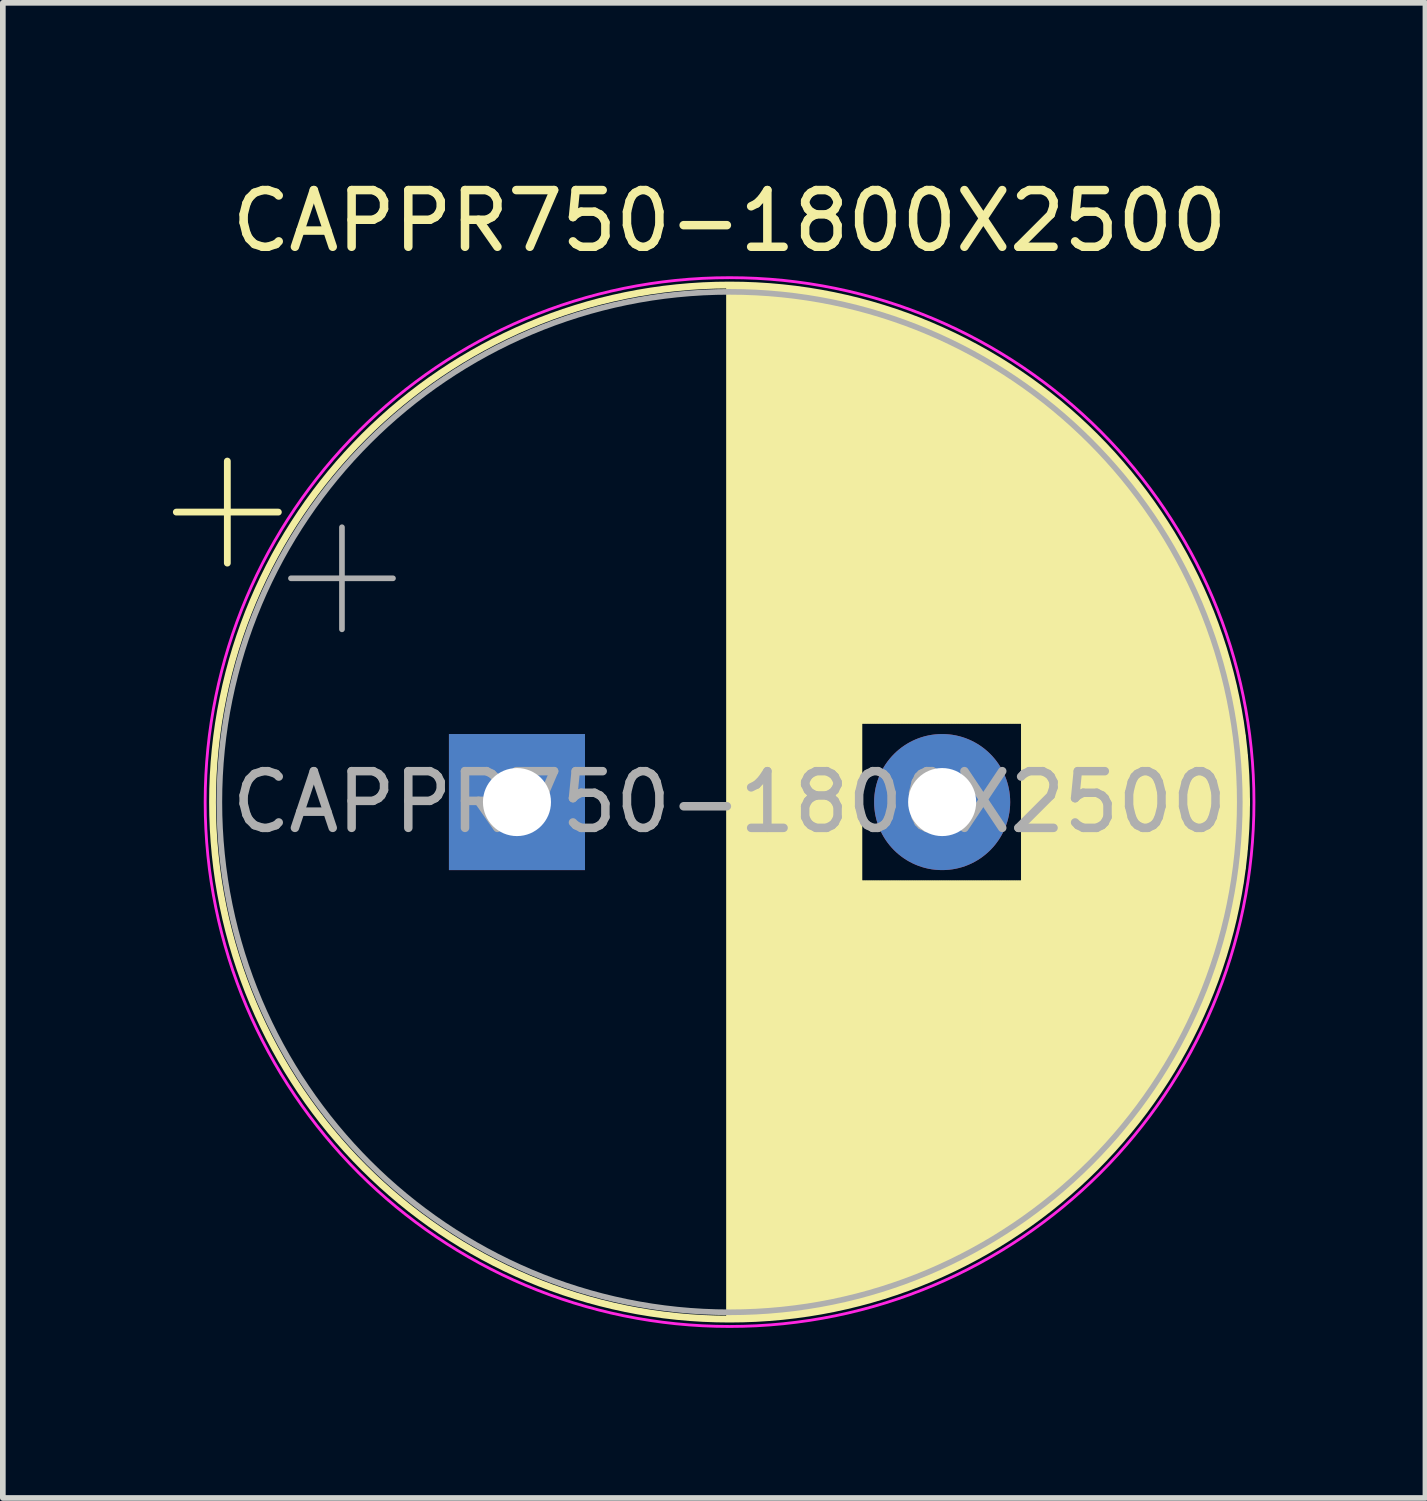
<source format=kicad_pcb>
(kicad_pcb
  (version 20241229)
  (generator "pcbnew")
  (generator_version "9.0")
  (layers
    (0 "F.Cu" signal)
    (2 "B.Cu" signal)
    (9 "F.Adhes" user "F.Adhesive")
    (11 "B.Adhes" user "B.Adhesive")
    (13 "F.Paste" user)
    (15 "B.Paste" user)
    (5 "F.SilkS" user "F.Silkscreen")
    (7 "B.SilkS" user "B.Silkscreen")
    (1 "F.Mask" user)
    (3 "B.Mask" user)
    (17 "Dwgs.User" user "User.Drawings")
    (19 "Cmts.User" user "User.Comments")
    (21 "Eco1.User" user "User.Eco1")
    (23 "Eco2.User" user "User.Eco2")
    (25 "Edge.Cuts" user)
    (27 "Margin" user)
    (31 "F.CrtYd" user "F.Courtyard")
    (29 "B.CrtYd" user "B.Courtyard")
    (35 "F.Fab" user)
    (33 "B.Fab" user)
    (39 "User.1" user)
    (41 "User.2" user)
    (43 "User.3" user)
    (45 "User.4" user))
  (footprint "CAPPR750-1800X2500"
    (layer "F.Cu")
    (at 6.069 11.098)
    (property "Reference" "CAPPR750-1800X2500" (at 3.75 -10.25 0) (layer "F.SilkS") (effects (font (size 1 1) (thickness 0.15))))
    (attr through_hole)
    (fp_line (start -6.009 -5.115) (end -4.209 -5.115) (stroke (width 0.12) (type solid)) (layer "F.SilkS"))
    (fp_line (start -5.109 -6.015) (end -5.109 -4.215) (stroke (width 0.12) (type solid)) (layer "F.SilkS"))
    (fp_line (start 3.75 -9.081) (end 3.75 9.081) (stroke (width 0.12) (type solid)) (layer "F.SilkS"))
    (fp_line (start 3.79 -9.08) (end 3.79 9.08) (stroke (width 0.12) (type solid)) (layer "F.SilkS"))
    (fp_line (start 3.83 -9.08) (end 3.83 9.08) (stroke (width 0.12) (type solid)) (layer "F.SilkS"))
    (fp_line (start 3.87 -9.08) (end 3.87 9.08) (stroke (width 0.12) (type solid)) (layer "F.SilkS"))
    (fp_line (start 3.91 -9.079) (end 3.91 9.079) (stroke (width 0.12) (type solid)) (layer "F.SilkS"))
    (fp_line (start 3.95 -9.078) (end 3.95 9.078) (stroke (width 0.12) (type solid)) (layer "F.SilkS"))
    (fp_line (start 3.99 -9.077) (end 3.99 9.077) (stroke (width 0.12) (type solid)) (layer "F.SilkS"))
    (fp_line (start 4.03 -9.076) (end 4.03 9.076) (stroke (width 0.12) (type solid)) (layer "F.SilkS"))
    (fp_line (start 4.07 -9.075) (end 4.07 9.075) (stroke (width 0.12) (type solid)) (layer "F.SilkS"))
    (fp_line (start 4.11 -9.073) (end 4.11 9.073) (stroke (width 0.12) (type solid)) (layer "F.SilkS"))
    (fp_line (start 4.15 -9.072) (end 4.15 9.072) (stroke (width 0.12) (type solid)) (layer "F.SilkS"))
    (fp_line (start 4.19 -9.07) (end 4.19 9.07) (stroke (width 0.12) (type solid)) (layer "F.SilkS"))
    (fp_line (start 4.23 -9.068) (end 4.23 9.068) (stroke (width 0.12) (type solid)) (layer "F.SilkS"))
    (fp_line (start 4.27 -9.066) (end 4.27 9.066) (stroke (width 0.12) (type solid)) (layer "F.SilkS"))
    (fp_line (start 4.31 -9.063) (end 4.31 9.063) (stroke (width 0.12) (type solid)) (layer "F.SilkS"))
    (fp_line (start 4.35 -9.061) (end 4.35 9.061) (stroke (width 0.12) (type solid)) (layer "F.SilkS"))
    (fp_line (start 4.39 -9.058) (end 4.39 9.058) (stroke (width 0.12) (type solid)) (layer "F.SilkS"))
    (fp_line (start 4.43 -9.055) (end 4.43 9.055) (stroke (width 0.12) (type solid)) (layer "F.SilkS"))
    (fp_line (start 4.471 -9.052) (end 4.471 9.052) (stroke (width 0.12) (type solid)) (layer "F.SilkS"))
    (fp_line (start 4.511 -9.049) (end 4.511 9.049) (stroke (width 0.12) (type solid)) (layer "F.SilkS"))
    (fp_line (start 4.551 -9.045) (end 4.551 9.045) (stroke (width 0.12) (type solid)) (layer "F.SilkS"))
    (fp_line (start 4.591 -9.042) (end 4.591 9.042) (stroke (width 0.12) (type solid)) (layer "F.SilkS"))
    (fp_line (start 4.631 -9.038) (end 4.631 9.038) (stroke (width 0.12) (type solid)) (layer "F.SilkS"))
    (fp_line (start 4.671 -9.034) (end 4.671 9.034) (stroke (width 0.12) (type solid)) (layer "F.SilkS"))
    (fp_line (start 4.711 -9.03) (end 4.711 9.03) (stroke (width 0.12) (type solid)) (layer "F.SilkS"))
    (fp_line (start 4.751 -9.026) (end 4.751 9.026) (stroke (width 0.12) (type solid)) (layer "F.SilkS"))
    (fp_line (start 4.791 -9.021) (end 4.791 9.021) (stroke (width 0.12) (type solid)) (layer "F.SilkS"))
    (fp_line (start 4.831 -9.016) (end 4.831 9.016) (stroke (width 0.12) (type solid)) (layer "F.SilkS"))
    (fp_line (start 4.871 -9.011) (end 4.871 9.011) (stroke (width 0.12) (type solid)) (layer "F.SilkS"))
    (fp_line (start 4.911 -9.006) (end 4.911 9.006) (stroke (width 0.12) (type solid)) (layer "F.SilkS"))
    (fp_line (start 4.951 -9.001) (end 4.951 9.001) (stroke (width 0.12) (type solid)) (layer "F.SilkS"))
    (fp_line (start 4.991 -8.996) (end 4.991 8.996) (stroke (width 0.12) (type solid)) (layer "F.SilkS"))
    (fp_line (start 5.031 -8.99) (end 5.031 8.99) (stroke (width 0.12) (type solid)) (layer "F.SilkS"))
    (fp_line (start 5.071 -8.984) (end 5.071 8.984) (stroke (width 0.12) (type solid)) (layer "F.SilkS"))
    (fp_line (start 5.111 -8.979) (end 5.111 8.979) (stroke (width 0.12) (type solid)) (layer "F.SilkS"))
    (fp_line (start 5.151 -8.972) (end 5.151 8.972) (stroke (width 0.12) (type solid)) (layer "F.SilkS"))
    (fp_line (start 5.191 -8.966) (end 5.191 8.966) (stroke (width 0.12) (type solid)) (layer "F.SilkS"))
    (fp_line (start 5.231 -8.96) (end 5.231 8.96) (stroke (width 0.12) (type solid)) (layer "F.SilkS"))
    (fp_line (start 5.271 -8.953) (end 5.271 8.953) (stroke (width 0.12) (type solid)) (layer "F.SilkS"))
    (fp_line (start 5.311 -8.946) (end 5.311 8.946) (stroke (width 0.12) (type solid)) (layer "F.SilkS"))
    (fp_line (start 5.351 -8.939) (end 5.351 8.939) (stroke (width 0.12) (type solid)) (layer "F.SilkS"))
    (fp_line (start 5.391 -8.932) (end 5.391 8.932) (stroke (width 0.12) (type solid)) (layer "F.SilkS"))
    (fp_line (start 5.431 -8.924) (end 5.431 8.924) (stroke (width 0.12) (type solid)) (layer "F.SilkS"))
    (fp_line (start 5.471 -8.917) (end 5.471 8.917) (stroke (width 0.12) (type solid)) (layer "F.SilkS"))
    (fp_line (start 5.511 -8.909) (end 5.511 8.909) (stroke (width 0.12) (type solid)) (layer "F.SilkS"))
    (fp_line (start 5.551 -8.901) (end 5.551 8.901) (stroke (width 0.12) (type solid)) (layer "F.SilkS"))
    (fp_line (start 5.591 -8.893) (end 5.591 8.893) (stroke (width 0.12) (type solid)) (layer "F.SilkS"))
    (fp_line (start 5.631 -8.885) (end 5.631 8.885) (stroke (width 0.12) (type solid)) (layer "F.SilkS"))
    (fp_line (start 5.671 -8.876) (end 5.671 8.876) (stroke (width 0.12) (type solid)) (layer "F.SilkS"))
    (fp_line (start 5.711 -8.867) (end 5.711 8.867) (stroke (width 0.12) (type solid)) (layer "F.SilkS"))
    (fp_line (start 5.751 -8.858) (end 5.751 8.858) (stroke (width 0.12) (type solid)) (layer "F.SilkS"))
    (fp_line (start 5.791 -8.849) (end 5.791 8.849) (stroke (width 0.12) (type solid)) (layer "F.SilkS"))
    (fp_line (start 5.831 -8.84) (end 5.831 8.84) (stroke (width 0.12) (type solid)) (layer "F.SilkS"))
    (fp_line (start 5.871 -8.831) (end 5.871 8.831) (stroke (width 0.12) (type solid)) (layer "F.SilkS"))
    (fp_line (start 5.911 -8.821) (end 5.911 8.821) (stroke (width 0.12) (type solid)) (layer "F.SilkS"))
    (fp_line (start 5.951 -8.811) (end 5.951 8.811) (stroke (width 0.12) (type solid)) (layer "F.SilkS"))
    (fp_line (start 5.991 -8.801) (end 5.991 8.801) (stroke (width 0.12) (type solid)) (layer "F.SilkS"))
    (fp_line (start 6.031 -8.791) (end 6.031 8.791) (stroke (width 0.12) (type solid)) (layer "F.SilkS"))
    (fp_line (start 6.071 -8.78) (end 6.071 -1.44) (stroke (width 0.12) (type solid)) (layer "F.SilkS"))
    (fp_line (start 6.071 1.44) (end 6.071 8.78) (stroke (width 0.12) (type solid)) (layer "F.SilkS"))
    (fp_line (start 6.111 -8.77) (end 6.111 -1.44) (stroke (width 0.12) (type solid)) (layer "F.SilkS"))
    (fp_line (start 6.111 1.44) (end 6.111 8.77) (stroke (width 0.12) (type solid)) (layer "F.SilkS"))
    (fp_line (start 6.151 -8.759) (end 6.151 -1.44) (stroke (width 0.12) (type solid)) (layer "F.SilkS"))
    (fp_line (start 6.151 1.44) (end 6.151 8.759) (stroke (width 0.12) (type solid)) (layer "F.SilkS"))
    (fp_line (start 6.191 -8.748) (end 6.191 -1.44) (stroke (width 0.12) (type solid)) (layer "F.SilkS"))
    (fp_line (start 6.191 1.44) (end 6.191 8.748) (stroke (width 0.12) (type solid)) (layer "F.SilkS"))
    (fp_line (start 6.231 -8.737) (end 6.231 -1.44) (stroke (width 0.12) (type solid)) (layer "F.SilkS"))
    (fp_line (start 6.231 1.44) (end 6.231 8.737) (stroke (width 0.12) (type solid)) (layer "F.SilkS"))
    (fp_line (start 6.271 -8.725) (end 6.271 -1.44) (stroke (width 0.12) (type solid)) (layer "F.SilkS"))
    (fp_line (start 6.271 1.44) (end 6.271 8.725) (stroke (width 0.12) (type solid)) (layer "F.SilkS"))
    (fp_line (start 6.311 -8.714) (end 6.311 -1.44) (stroke (width 0.12) (type solid)) (layer "F.SilkS"))
    (fp_line (start 6.311 1.44) (end 6.311 8.714) (stroke (width 0.12) (type solid)) (layer "F.SilkS"))
    (fp_line (start 6.351 -8.702) (end 6.351 -1.44) (stroke (width 0.12) (type solid)) (layer "F.SilkS"))
    (fp_line (start 6.351 1.44) (end 6.351 8.702) (stroke (width 0.12) (type solid)) (layer "F.SilkS"))
    (fp_line (start 6.391 -8.69) (end 6.391 -1.44) (stroke (width 0.12) (type solid)) (layer "F.SilkS"))
    (fp_line (start 6.391 1.44) (end 6.391 8.69) (stroke (width 0.12) (type solid)) (layer "F.SilkS"))
    (fp_line (start 6.431 -8.678) (end 6.431 -1.44) (stroke (width 0.12) (type solid)) (layer "F.SilkS"))
    (fp_line (start 6.431 1.44) (end 6.431 8.678) (stroke (width 0.12) (type solid)) (layer "F.SilkS"))
    (fp_line (start 6.471 -8.665) (end 6.471 -1.44) (stroke (width 0.12) (type solid)) (layer "F.SilkS"))
    (fp_line (start 6.471 1.44) (end 6.471 8.665) (stroke (width 0.12) (type solid)) (layer "F.SilkS"))
    (fp_line (start 6.511 -8.653) (end 6.511 -1.44) (stroke (width 0.12) (type solid)) (layer "F.SilkS"))
    (fp_line (start 6.511 1.44) (end 6.511 8.653) (stroke (width 0.12) (type solid)) (layer "F.SilkS"))
    (fp_line (start 6.551 -8.64) (end 6.551 -1.44) (stroke (width 0.12) (type solid)) (layer "F.SilkS"))
    (fp_line (start 6.551 1.44) (end 6.551 8.64) (stroke (width 0.12) (type solid)) (layer "F.SilkS"))
    (fp_line (start 6.591 -8.627) (end 6.591 -1.44) (stroke (width 0.12) (type solid)) (layer "F.SilkS"))
    (fp_line (start 6.591 1.44) (end 6.591 8.627) (stroke (width 0.12) (type solid)) (layer "F.SilkS"))
    (fp_line (start 6.631 -8.614) (end 6.631 -1.44) (stroke (width 0.12) (type solid)) (layer "F.SilkS"))
    (fp_line (start 6.631 1.44) (end 6.631 8.614) (stroke (width 0.12) (type solid)) (layer "F.SilkS"))
    (fp_line (start 6.671 -8.6) (end 6.671 -1.44) (stroke (width 0.12) (type solid)) (layer "F.SilkS"))
    (fp_line (start 6.671 1.44) (end 6.671 8.6) (stroke (width 0.12) (type solid)) (layer "F.SilkS"))
    (fp_line (start 6.711 -8.587) (end 6.711 -1.44) (stroke (width 0.12) (type solid)) (layer "F.SilkS"))
    (fp_line (start 6.711 1.44) (end 6.711 8.587) (stroke (width 0.12) (type solid)) (layer "F.SilkS"))
    (fp_line (start 6.751 -8.573) (end 6.751 -1.44) (stroke (width 0.12) (type solid)) (layer "F.SilkS"))
    (fp_line (start 6.751 1.44) (end 6.751 8.573) (stroke (width 0.12) (type solid)) (layer "F.SilkS"))
    (fp_line (start 6.791 -8.559) (end 6.791 -1.44) (stroke (width 0.12) (type solid)) (layer "F.SilkS"))
    (fp_line (start 6.791 1.44) (end 6.791 8.559) (stroke (width 0.12) (type solid)) (layer "F.SilkS"))
    (fp_line (start 6.831 -8.545) (end 6.831 -1.44) (stroke (width 0.12) (type solid)) (layer "F.SilkS"))
    (fp_line (start 6.831 1.44) (end 6.831 8.545) (stroke (width 0.12) (type solid)) (layer "F.SilkS"))
    (fp_line (start 6.871 -8.53) (end 6.871 -1.44) (stroke (width 0.12) (type solid)) (layer "F.SilkS"))
    (fp_line (start 6.871 1.44) (end 6.871 8.53) (stroke (width 0.12) (type solid)) (layer "F.SilkS"))
    (fp_line (start 6.911 -8.516) (end 6.911 -1.44) (stroke (width 0.12) (type solid)) (layer "F.SilkS"))
    (fp_line (start 6.911 1.44) (end 6.911 8.516) (stroke (width 0.12) (type solid)) (layer "F.SilkS"))
    (fp_line (start 6.951 -8.501) (end 6.951 -1.44) (stroke (width 0.12) (type solid)) (layer "F.SilkS"))
    (fp_line (start 6.951 1.44) (end 6.951 8.501) (stroke (width 0.12) (type solid)) (layer "F.SilkS"))
    (fp_line (start 6.991 -8.486) (end 6.991 -1.44) (stroke (width 0.12) (type solid)) (layer "F.SilkS"))
    (fp_line (start 6.991 1.44) (end 6.991 8.486) (stroke (width 0.12) (type solid)) (layer "F.SilkS"))
    (fp_line (start 7.031 -8.47) (end 7.031 -1.44) (stroke (width 0.12) (type solid)) (layer "F.SilkS"))
    (fp_line (start 7.031 1.44) (end 7.031 8.47) (stroke (width 0.12) (type solid)) (layer "F.SilkS"))
    (fp_line (start 7.071 -8.455) (end 7.071 -1.44) (stroke (width 0.12) (type solid)) (layer "F.SilkS"))
    (fp_line (start 7.071 1.44) (end 7.071 8.455) (stroke (width 0.12) (type solid)) (layer "F.SilkS"))
    (fp_line (start 7.111 -8.439) (end 7.111 -1.44) (stroke (width 0.12) (type solid)) (layer "F.SilkS"))
    (fp_line (start 7.111 1.44) (end 7.111 8.439) (stroke (width 0.12) (type solid)) (layer "F.SilkS"))
    (fp_line (start 7.151 -8.423) (end 7.151 -1.44) (stroke (width 0.12) (type solid)) (layer "F.SilkS"))
    (fp_line (start 7.151 1.44) (end 7.151 8.423) (stroke (width 0.12) (type solid)) (layer "F.SilkS"))
    (fp_line (start 7.191 -8.407) (end 7.191 -1.44) (stroke (width 0.12) (type solid)) (layer "F.SilkS"))
    (fp_line (start 7.191 1.44) (end 7.191 8.407) (stroke (width 0.12) (type solid)) (layer "F.SilkS"))
    (fp_line (start 7.231 -8.39) (end 7.231 -1.44) (stroke (width 0.12) (type solid)) (layer "F.SilkS"))
    (fp_line (start 7.231 1.44) (end 7.231 8.39) (stroke (width 0.12) (type solid)) (layer "F.SilkS"))
    (fp_line (start 7.271 -8.374) (end 7.271 -1.44) (stroke (width 0.12) (type solid)) (layer "F.SilkS"))
    (fp_line (start 7.271 1.44) (end 7.271 8.374) (stroke (width 0.12) (type solid)) (layer "F.SilkS"))
    (fp_line (start 7.311 -8.357) (end 7.311 -1.44) (stroke (width 0.12) (type solid)) (layer "F.SilkS"))
    (fp_line (start 7.311 1.44) (end 7.311 8.357) (stroke (width 0.12) (type solid)) (layer "F.SilkS"))
    (fp_line (start 7.351 -8.34) (end 7.351 -1.44) (stroke (width 0.12) (type solid)) (layer "F.SilkS"))
    (fp_line (start 7.351 1.44) (end 7.351 8.34) (stroke (width 0.12) (type solid)) (layer "F.SilkS"))
    (fp_line (start 7.391 -8.323) (end 7.391 -1.44) (stroke (width 0.12) (type solid)) (layer "F.SilkS"))
    (fp_line (start 7.391 1.44) (end 7.391 8.323) (stroke (width 0.12) (type solid)) (layer "F.SilkS"))
    (fp_line (start 7.431 -8.305) (end 7.431 -1.44) (stroke (width 0.12) (type solid)) (layer "F.SilkS"))
    (fp_line (start 7.431 1.44) (end 7.431 8.305) (stroke (width 0.12) (type solid)) (layer "F.SilkS"))
    (fp_line (start 7.471 -8.287) (end 7.471 -1.44) (stroke (width 0.12) (type solid)) (layer "F.SilkS"))
    (fp_line (start 7.471 1.44) (end 7.471 8.287) (stroke (width 0.12) (type solid)) (layer "F.SilkS"))
    (fp_line (start 7.511 -8.269) (end 7.511 -1.44) (stroke (width 0.12) (type solid)) (layer "F.SilkS"))
    (fp_line (start 7.511 1.44) (end 7.511 8.269) (stroke (width 0.12) (type solid)) (layer "F.SilkS"))
    (fp_line (start 7.551 -8.251) (end 7.551 -1.44) (stroke (width 0.12) (type solid)) (layer "F.SilkS"))
    (fp_line (start 7.551 1.44) (end 7.551 8.251) (stroke (width 0.12) (type solid)) (layer "F.SilkS"))
    (fp_line (start 7.591 -8.233) (end 7.591 -1.44) (stroke (width 0.12) (type solid)) (layer "F.SilkS"))
    (fp_line (start 7.591 1.44) (end 7.591 8.233) (stroke (width 0.12) (type solid)) (layer "F.SilkS"))
    (fp_line (start 7.631 -8.214) (end 7.631 -1.44) (stroke (width 0.12) (type solid)) (layer "F.SilkS"))
    (fp_line (start 7.631 1.44) (end 7.631 8.214) (stroke (width 0.12) (type solid)) (layer "F.SilkS"))
    (fp_line (start 7.671 -8.195) (end 7.671 -1.44) (stroke (width 0.12) (type solid)) (layer "F.SilkS"))
    (fp_line (start 7.671 1.44) (end 7.671 8.195) (stroke (width 0.12) (type solid)) (layer "F.SilkS"))
    (fp_line (start 7.711 -8.176) (end 7.711 -1.44) (stroke (width 0.12) (type solid)) (layer "F.SilkS"))
    (fp_line (start 7.711 1.44) (end 7.711 8.176) (stroke (width 0.12) (type solid)) (layer "F.SilkS"))
    (fp_line (start 7.751 -8.156) (end 7.751 -1.44) (stroke (width 0.12) (type solid)) (layer "F.SilkS"))
    (fp_line (start 7.751 1.44) (end 7.751 8.156) (stroke (width 0.12) (type solid)) (layer "F.SilkS"))
    (fp_line (start 7.791 -8.137) (end 7.791 -1.44) (stroke (width 0.12) (type solid)) (layer "F.SilkS"))
    (fp_line (start 7.791 1.44) (end 7.791 8.137) (stroke (width 0.12) (type solid)) (layer "F.SilkS"))
    (fp_line (start 7.831 -8.117) (end 7.831 -1.44) (stroke (width 0.12) (type solid)) (layer "F.SilkS"))
    (fp_line (start 7.831 1.44) (end 7.831 8.117) (stroke (width 0.12) (type solid)) (layer "F.SilkS"))
    (fp_line (start 7.871 -8.097) (end 7.871 -1.44) (stroke (width 0.12) (type solid)) (layer "F.SilkS"))
    (fp_line (start 7.871 1.44) (end 7.871 8.097) (stroke (width 0.12) (type solid)) (layer "F.SilkS"))
    (fp_line (start 7.911 -8.076) (end 7.911 -1.44) (stroke (width 0.12) (type solid)) (layer "F.SilkS"))
    (fp_line (start 7.911 1.44) (end 7.911 8.076) (stroke (width 0.12) (type solid)) (layer "F.SilkS"))
    (fp_line (start 7.951 -8.056) (end 7.951 -1.44) (stroke (width 0.12) (type solid)) (layer "F.SilkS"))
    (fp_line (start 7.951 1.44) (end 7.951 8.056) (stroke (width 0.12) (type solid)) (layer "F.SilkS"))
    (fp_line (start 7.991 -8.035) (end 7.991 -1.44) (stroke (width 0.12) (type solid)) (layer "F.SilkS"))
    (fp_line (start 7.991 1.44) (end 7.991 8.035) (stroke (width 0.12) (type solid)) (layer "F.SilkS"))
    (fp_line (start 8.031 -8.014) (end 8.031 -1.44) (stroke (width 0.12) (type solid)) (layer "F.SilkS"))
    (fp_line (start 8.031 1.44) (end 8.031 8.014) (stroke (width 0.12) (type solid)) (layer "F.SilkS"))
    (fp_line (start 8.071 -7.992) (end 8.071 -1.44) (stroke (width 0.12) (type solid)) (layer "F.SilkS"))
    (fp_line (start 8.071 1.44) (end 8.071 7.992) (stroke (width 0.12) (type solid)) (layer "F.SilkS"))
    (fp_line (start 8.111 -7.971) (end 8.111 -1.44) (stroke (width 0.12) (type solid)) (layer "F.SilkS"))
    (fp_line (start 8.111 1.44) (end 8.111 7.971) (stroke (width 0.12) (type solid)) (layer "F.SilkS"))
    (fp_line (start 8.151 -7.949) (end 8.151 -1.44) (stroke (width 0.12) (type solid)) (layer "F.SilkS"))
    (fp_line (start 8.151 1.44) (end 8.151 7.949) (stroke (width 0.12) (type solid)) (layer "F.SilkS"))
    (fp_line (start 8.191 -7.927) (end 8.191 -1.44) (stroke (width 0.12) (type solid)) (layer "F.SilkS"))
    (fp_line (start 8.191 1.44) (end 8.191 7.927) (stroke (width 0.12) (type solid)) (layer "F.SilkS"))
    (fp_line (start 8.231 -7.904) (end 8.231 -1.44) (stroke (width 0.12) (type solid)) (layer "F.SilkS"))
    (fp_line (start 8.231 1.44) (end 8.231 7.904) (stroke (width 0.12) (type solid)) (layer "F.SilkS"))
    (fp_line (start 8.271 -7.882) (end 8.271 -1.44) (stroke (width 0.12) (type solid)) (layer "F.SilkS"))
    (fp_line (start 8.271 1.44) (end 8.271 7.882) (stroke (width 0.12) (type solid)) (layer "F.SilkS"))
    (fp_line (start 8.311 -7.859) (end 8.311 -1.44) (stroke (width 0.12) (type solid)) (layer "F.SilkS"))
    (fp_line (start 8.311 1.44) (end 8.311 7.859) (stroke (width 0.12) (type solid)) (layer "F.SilkS"))
    (fp_line (start 8.351 -7.835) (end 8.351 -1.44) (stroke (width 0.12) (type solid)) (layer "F.SilkS"))
    (fp_line (start 8.351 1.44) (end 8.351 7.835) (stroke (width 0.12) (type solid)) (layer "F.SilkS"))
    (fp_line (start 8.391 -7.812) (end 8.391 -1.44) (stroke (width 0.12) (type solid)) (layer "F.SilkS"))
    (fp_line (start 8.391 1.44) (end 8.391 7.812) (stroke (width 0.12) (type solid)) (layer "F.SilkS"))
    (fp_line (start 8.431 -7.788) (end 8.431 -1.44) (stroke (width 0.12) (type solid)) (layer "F.SilkS"))
    (fp_line (start 8.431 1.44) (end 8.431 7.788) (stroke (width 0.12) (type solid)) (layer "F.SilkS"))
    (fp_line (start 8.471 -7.764) (end 8.471 -1.44) (stroke (width 0.12) (type solid)) (layer "F.SilkS"))
    (fp_line (start 8.471 1.44) (end 8.471 7.764) (stroke (width 0.12) (type solid)) (layer "F.SilkS"))
    (fp_line (start 8.511 -7.74) (end 8.511 -1.44) (stroke (width 0.12) (type solid)) (layer "F.SilkS"))
    (fp_line (start 8.511 1.44) (end 8.511 7.74) (stroke (width 0.12) (type solid)) (layer "F.SilkS"))
    (fp_line (start 8.551 -7.715) (end 8.551 -1.44) (stroke (width 0.12) (type solid)) (layer "F.SilkS"))
    (fp_line (start 8.551 1.44) (end 8.551 7.715) (stroke (width 0.12) (type solid)) (layer "F.SilkS"))
    (fp_line (start 8.591 -7.69) (end 8.591 -1.44) (stroke (width 0.12) (type solid)) (layer "F.SilkS"))
    (fp_line (start 8.591 1.44) (end 8.591 7.69) (stroke (width 0.12) (type solid)) (layer "F.SilkS"))
    (fp_line (start 8.631 -7.665) (end 8.631 -1.44) (stroke (width 0.12) (type solid)) (layer "F.SilkS"))
    (fp_line (start 8.631 1.44) (end 8.631 7.665) (stroke (width 0.12) (type solid)) (layer "F.SilkS"))
    (fp_line (start 8.671 -7.64) (end 8.671 -1.44) (stroke (width 0.12) (type solid)) (layer "F.SilkS"))
    (fp_line (start 8.671 1.44) (end 8.671 7.64) (stroke (width 0.12) (type solid)) (layer "F.SilkS"))
    (fp_line (start 8.711 -7.614) (end 8.711 -1.44) (stroke (width 0.12) (type solid)) (layer "F.SilkS"))
    (fp_line (start 8.711 1.44) (end 8.711 7.614) (stroke (width 0.12) (type solid)) (layer "F.SilkS"))
    (fp_line (start 8.751 -7.588) (end 8.751 -1.44) (stroke (width 0.12) (type solid)) (layer "F.SilkS"))
    (fp_line (start 8.751 1.44) (end 8.751 7.588) (stroke (width 0.12) (type solid)) (layer "F.SilkS"))
    (fp_line (start 8.791 -7.561) (end 8.791 -1.44) (stroke (width 0.12) (type solid)) (layer "F.SilkS"))
    (fp_line (start 8.791 1.44) (end 8.791 7.561) (stroke (width 0.12) (type solid)) (layer "F.SilkS"))
    (fp_line (start 8.831 -7.535) (end 8.831 -1.44) (stroke (width 0.12) (type solid)) (layer "F.SilkS"))
    (fp_line (start 8.831 1.44) (end 8.831 7.535) (stroke (width 0.12) (type solid)) (layer "F.SilkS"))
    (fp_line (start 8.871 -7.508) (end 8.871 -1.44) (stroke (width 0.12) (type solid)) (layer "F.SilkS"))
    (fp_line (start 8.871 1.44) (end 8.871 7.508) (stroke (width 0.12) (type solid)) (layer "F.SilkS"))
    (fp_line (start 8.911 -7.48) (end 8.911 -1.44) (stroke (width 0.12) (type solid)) (layer "F.SilkS"))
    (fp_line (start 8.911 1.44) (end 8.911 7.48) (stroke (width 0.12) (type solid)) (layer "F.SilkS"))
    (fp_line (start 8.951 -7.453) (end 8.951 7.453) (stroke (width 0.12) (type solid)) (layer "F.SilkS"))
    (fp_line (start 8.991 -7.425) (end 8.991 7.425) (stroke (width 0.12) (type solid)) (layer "F.SilkS"))
    (fp_line (start 9.031 -7.397) (end 9.031 7.397) (stroke (width 0.12) (type solid)) (layer "F.SilkS"))
    (fp_line (start 9.071 -7.368) (end 9.071 7.368) (stroke (width 0.12) (type solid)) (layer "F.SilkS"))
    (fp_line (start 9.111 -7.339) (end 9.111 7.339) (stroke (width 0.12) (type solid)) (layer "F.SilkS"))
    (fp_line (start 9.151 -7.31) (end 9.151 7.31) (stroke (width 0.12) (type solid)) (layer "F.SilkS"))
    (fp_line (start 9.191 -7.28) (end 9.191 7.28) (stroke (width 0.12) (type solid)) (layer "F.SilkS"))
    (fp_line (start 9.231 -7.25) (end 9.231 7.25) (stroke (width 0.12) (type solid)) (layer "F.SilkS"))
    (fp_line (start 9.271 -7.22) (end 9.271 7.22) (stroke (width 0.12) (type solid)) (layer "F.SilkS"))
    (fp_line (start 9.311 -7.19) (end 9.311 7.19) (stroke (width 0.12) (type solid)) (layer "F.SilkS"))
    (fp_line (start 9.351 -7.159) (end 9.351 7.159) (stroke (width 0.12) (type solid)) (layer "F.SilkS"))
    (fp_line (start 9.391 -7.127) (end 9.391 7.127) (stroke (width 0.12) (type solid)) (layer "F.SilkS"))
    (fp_line (start 9.431 -7.096) (end 9.431 7.096) (stroke (width 0.12) (type solid)) (layer "F.SilkS"))
    (fp_line (start 9.471 -7.064) (end 9.471 7.064) (stroke (width 0.12) (type solid)) (layer "F.SilkS"))
    (fp_line (start 9.511 -7.031) (end 9.511 7.031) (stroke (width 0.12) (type solid)) (layer "F.SilkS"))
    (fp_line (start 9.551 -6.999) (end 9.551 6.999) (stroke (width 0.12) (type solid)) (layer "F.SilkS"))
    (fp_line (start 9.591 -6.965) (end 9.591 6.965) (stroke (width 0.12) (type solid)) (layer "F.SilkS"))
    (fp_line (start 9.631 -6.932) (end 9.631 6.932) (stroke (width 0.12) (type solid)) (layer "F.SilkS"))
    (fp_line (start 9.671 -6.898) (end 9.671 6.898) (stroke (width 0.12) (type solid)) (layer "F.SilkS"))
    (fp_line (start 9.711 -6.864) (end 9.711 6.864) (stroke (width 0.12) (type solid)) (layer "F.SilkS"))
    (fp_line (start 9.751 -6.829) (end 9.751 6.829) (stroke (width 0.12) (type solid)) (layer "F.SilkS"))
    (fp_line (start 9.791 -6.794) (end 9.791 6.794) (stroke (width 0.12) (type solid)) (layer "F.SilkS"))
    (fp_line (start 9.831 -6.758) (end 9.831 6.758) (stroke (width 0.12) (type solid)) (layer "F.SilkS"))
    (fp_line (start 9.871 -6.722) (end 9.871 6.722) (stroke (width 0.12) (type solid)) (layer "F.SilkS"))
    (fp_line (start 9.911 -6.686) (end 9.911 6.686) (stroke (width 0.12) (type solid)) (layer "F.SilkS"))
    (fp_line (start 9.951 -6.649) (end 9.951 6.649) (stroke (width 0.12) (type solid)) (layer "F.SilkS"))
    (fp_line (start 9.991 -6.612) (end 9.991 6.612) (stroke (width 0.12) (type solid)) (layer "F.SilkS"))
    (fp_line (start 10.031 -6.574) (end 10.031 6.574) (stroke (width 0.12) (type solid)) (layer "F.SilkS"))
    (fp_line (start 10.071 -6.536) (end 10.071 6.536) (stroke (width 0.12) (type solid)) (layer "F.SilkS"))
    (fp_line (start 10.111 -6.497) (end 10.111 6.497) (stroke (width 0.12) (type solid)) (layer "F.SilkS"))
    (fp_line (start 10.151 -6.458) (end 10.151 6.458) (stroke (width 0.12) (type solid)) (layer "F.SilkS"))
    (fp_line (start 10.191 -6.418) (end 10.191 6.418) (stroke (width 0.12) (type solid)) (layer "F.SilkS"))
    (fp_line (start 10.231 -6.378) (end 10.231 6.378) (stroke (width 0.12) (type solid)) (layer "F.SilkS"))
    (fp_line (start 10.271 -6.337) (end 10.271 6.337) (stroke (width 0.12) (type solid)) (layer "F.SilkS"))
    (fp_line (start 10.311 -6.296) (end 10.311 6.296) (stroke (width 0.12) (type solid)) (layer "F.SilkS"))
    (fp_line (start 10.351 -6.254) (end 10.351 6.254) (stroke (width 0.12) (type solid)) (layer "F.SilkS"))
    (fp_line (start 10.391 -6.212) (end 10.391 6.212) (stroke (width 0.12) (type solid)) (layer "F.SilkS"))
    (fp_line (start 10.431 -6.17) (end 10.431 6.17) (stroke (width 0.12) (type solid)) (layer "F.SilkS"))
    (fp_line (start 10.471 -6.126) (end 10.471 6.126) (stroke (width 0.12) (type solid)) (layer "F.SilkS"))
    (fp_line (start 10.511 -6.082) (end 10.511 6.082) (stroke (width 0.12) (type solid)) (layer "F.SilkS"))
    (fp_line (start 10.551 -6.038) (end 10.551 6.038) (stroke (width 0.12) (type solid)) (layer "F.SilkS"))
    (fp_line (start 10.591 -5.993) (end 10.591 5.993) (stroke (width 0.12) (type solid)) (layer "F.SilkS"))
    (fp_line (start 10.631 -5.947) (end 10.631 5.947) (stroke (width 0.12) (type solid)) (layer "F.SilkS"))
    (fp_line (start 10.671 -5.901) (end 10.671 5.901) (stroke (width 0.12) (type solid)) (layer "F.SilkS"))
    (fp_line (start 10.711 -5.854) (end 10.711 5.854) (stroke (width 0.12) (type solid)) (layer "F.SilkS"))
    (fp_line (start 10.751 -5.806) (end 10.751 5.806) (stroke (width 0.12) (type solid)) (layer "F.SilkS"))
    (fp_line (start 10.791 -5.758) (end 10.791 5.758) (stroke (width 0.12) (type solid)) (layer "F.SilkS"))
    (fp_line (start 10.831 -5.709) (end 10.831 5.709) (stroke (width 0.12) (type solid)) (layer "F.SilkS"))
    (fp_line (start 10.871 -5.66) (end 10.871 5.66) (stroke (width 0.12) (type solid)) (layer "F.SilkS"))
    (fp_line (start 10.911 -5.609) (end 10.911 5.609) (stroke (width 0.12) (type solid)) (layer "F.SilkS"))
    (fp_line (start 10.951 -5.558) (end 10.951 5.558) (stroke (width 0.12) (type solid)) (layer "F.SilkS"))
    (fp_line (start 10.991 -5.506) (end 10.991 5.506) (stroke (width 0.12) (type solid)) (layer "F.SilkS"))
    (fp_line (start 11.031 -5.454) (end 11.031 5.454) (stroke (width 0.12) (type solid)) (layer "F.SilkS"))
    (fp_line (start 11.071 -5.4) (end 11.071 5.4) (stroke (width 0.12) (type solid)) (layer "F.SilkS"))
    (fp_line (start 11.111 -5.346) (end 11.111 5.346) (stroke (width 0.12) (type solid)) (layer "F.SilkS"))
    (fp_line (start 11.151 -5.291) (end 11.151 5.291) (stroke (width 0.12) (type solid)) (layer "F.SilkS"))
    (fp_line (start 11.191 -5.235) (end 11.191 5.235) (stroke (width 0.12) (type solid)) (layer "F.SilkS"))
    (fp_line (start 11.231 -5.178) (end 11.231 5.178) (stroke (width 0.12) (type solid)) (layer "F.SilkS"))
    (fp_line (start 11.271 -5.12) (end 11.271 5.12) (stroke (width 0.12) (type solid)) (layer "F.SilkS"))
    (fp_line (start 11.311 -5.062) (end 11.311 5.062) (stroke (width 0.12) (type solid)) (layer "F.SilkS"))
    (fp_line (start 11.351 -5.002) (end 11.351 5.002) (stroke (width 0.12) (type solid)) (layer "F.SilkS"))
    (fp_line (start 11.391 -4.941) (end 11.391 4.941) (stroke (width 0.12) (type solid)) (layer "F.SilkS"))
    (fp_line (start 11.431 -4.879) (end 11.431 4.879) (stroke (width 0.12) (type solid)) (layer "F.SilkS"))
    (fp_line (start 11.471 -4.816) (end 11.471 4.816) (stroke (width 0.12) (type solid)) (layer "F.SilkS"))
    (fp_line (start 11.511 -4.752) (end 11.511 4.752) (stroke (width 0.12) (type solid)) (layer "F.SilkS"))
    (fp_line (start 11.551 -4.686) (end 11.551 4.686) (stroke (width 0.12) (type solid)) (layer "F.SilkS"))
    (fp_line (start 11.591 -4.62) (end 11.591 4.62) (stroke (width 0.12) (type solid)) (layer "F.SilkS"))
    (fp_line (start 11.631 -4.552) (end 11.631 4.552) (stroke (width 0.12) (type solid)) (layer "F.SilkS"))
    (fp_line (start 11.671 -4.482) (end 11.671 4.482) (stroke (width 0.12) (type solid)) (layer "F.SilkS"))
    (fp_line (start 11.711 -4.412) (end 11.711 4.412) (stroke (width 0.12) (type solid)) (layer "F.SilkS"))
    (fp_line (start 11.751 -4.339) (end 11.751 4.339) (stroke (width 0.12) (type solid)) (layer "F.SilkS"))
    (fp_line (start 11.791 -4.265) (end 11.791 4.265) (stroke (width 0.12) (type solid)) (layer "F.SilkS"))
    (fp_line (start 11.831 -4.19) (end 11.831 4.19) (stroke (width 0.12) (type solid)) (layer "F.SilkS"))
    (fp_line (start 11.871 -4.113) (end 11.871 4.113) (stroke (width 0.12) (type solid)) (layer "F.SilkS"))
    (fp_line (start 11.911 -4.033) (end 11.911 4.033) (stroke (width 0.12) (type solid)) (layer "F.SilkS"))
    (fp_line (start 11.95 -3.952) (end 11.95 3.952) (stroke (width 0.12) (type solid)) (layer "F.SilkS"))
    (fp_line (start 11.99 -3.869) (end 11.99 3.869) (stroke (width 0.12) (type solid)) (layer "F.SilkS"))
    (fp_line (start 12.03 -3.784) (end 12.03 3.784) (stroke (width 0.12) (type solid)) (layer "F.SilkS"))
    (fp_line (start 12.07 -3.696) (end 12.07 3.696) (stroke (width 0.12) (type solid)) (layer "F.SilkS"))
    (fp_line (start 12.11 -3.605) (end 12.11 3.605) (stroke (width 0.12) (type solid)) (layer "F.SilkS"))
    (fp_line (start 12.15 -3.512) (end 12.15 3.512) (stroke (width 0.12) (type solid)) (layer "F.SilkS"))
    (fp_line (start 12.19 -3.416) (end 12.19 3.416) (stroke (width 0.12) (type solid)) (layer "F.SilkS"))
    (fp_line (start 12.23 -3.317) (end 12.23 3.317) (stroke (width 0.12) (type solid)) (layer "F.SilkS"))
    (fp_line (start 12.27 -3.214) (end 12.27 3.214) (stroke (width 0.12) (type solid)) (layer "F.SilkS"))
    (fp_line (start 12.31 -3.107) (end 12.31 3.107) (stroke (width 0.12) (type solid)) (layer "F.SilkS"))
    (fp_line (start 12.35 -2.996) (end 12.35 2.996) (stroke (width 0.12) (type solid)) (layer "F.SilkS"))
    (fp_line (start 12.39 -2.88) (end 12.39 2.88) (stroke (width 0.12) (type solid)) (layer "F.SilkS"))
    (fp_line (start 12.43 -2.759) (end 12.43 2.759) (stroke (width 0.12) (type solid)) (layer "F.SilkS"))
    (fp_line (start 12.47 -2.632) (end 12.47 2.632) (stroke (width 0.12) (type solid)) (layer "F.SilkS"))
    (fp_line (start 12.51 -2.498) (end 12.51 2.498) (stroke (width 0.12) (type solid)) (layer "F.SilkS"))
    (fp_line (start 12.55 -2.355) (end 12.55 2.355) (stroke (width 0.12) (type solid)) (layer "F.SilkS"))
    (fp_line (start 12.59 -2.203) (end 12.59 2.203) (stroke (width 0.12) (type solid)) (layer "F.SilkS"))
    (fp_line (start 12.63 -2.039) (end 12.63 2.039) (stroke (width 0.12) (type solid)) (layer "F.SilkS"))
    (fp_line (start 12.67 -1.86) (end 12.67 1.86) (stroke (width 0.12) (type solid)) (layer "F.SilkS"))
    (fp_line (start 12.71 -1.661) (end 12.71 1.661) (stroke (width 0.12) (type solid)) (layer "F.SilkS"))
    (fp_line (start 12.75 -1.435) (end 12.75 1.435) (stroke (width 0.12) (type solid)) (layer "F.SilkS"))
    (fp_line (start 12.79 -1.166) (end 12.79 1.166) (stroke (width 0.12) (type solid)) (layer "F.SilkS"))
    (fp_line (start 12.83 -0.814) (end 12.83 0.814) (stroke (width 0.12) (type solid)) (layer "F.SilkS"))
    (fp_line (start 12.87 -0.04) (end 12.87 0.04) (stroke (width 0.12) (type solid)) (layer "F.SilkS"))
    (fp_circle (center 3.75 0) (end 12.87 0) (stroke (width 0.12) (type solid)) (fill no) (layer "F.SilkS"))
    (fp_circle (center 3.75 0) (end 13 0) (stroke (width 0.05) (type solid)) (fill no) (layer "F.CrtYd"))
    (fp_line (start -3.987 -3.947) (end -2.187 -3.947) (stroke (width 0.1) (type solid)) (layer "F.Fab"))
    (fp_line (start -3.087 -4.848) (end -3.087 -3.047) (stroke (width 0.1) (type solid)) (layer "F.Fab"))
    (fp_circle (center 3.75 0) (end 12.75 0) (stroke (width 0.1) (type solid)) (fill no) (layer "F.Fab"))
    (fp_text user "${REFERENCE}" (at 3.75 0 0) (layer "F.Fab") (effects (font (size 1 1) (thickness 0.15))))
    (pad "1" thru_hole rect (at 0 0) (size 2.4 2.4) (drill 1.2) (layers "*.Cu" "*.Mask"))
    (pad "2" thru_hole circle (at 7.5 0) (size 2.4 2.4) (drill 1.2) (layers "*.Cu" "*.Mask")))
  (gr_rect
    (start -3 -3)
    (end 22.094 23.373)
    (stroke (width 0.1) (type default))
    (fill no)
    (layer "Edge.Cuts")))
</source>
